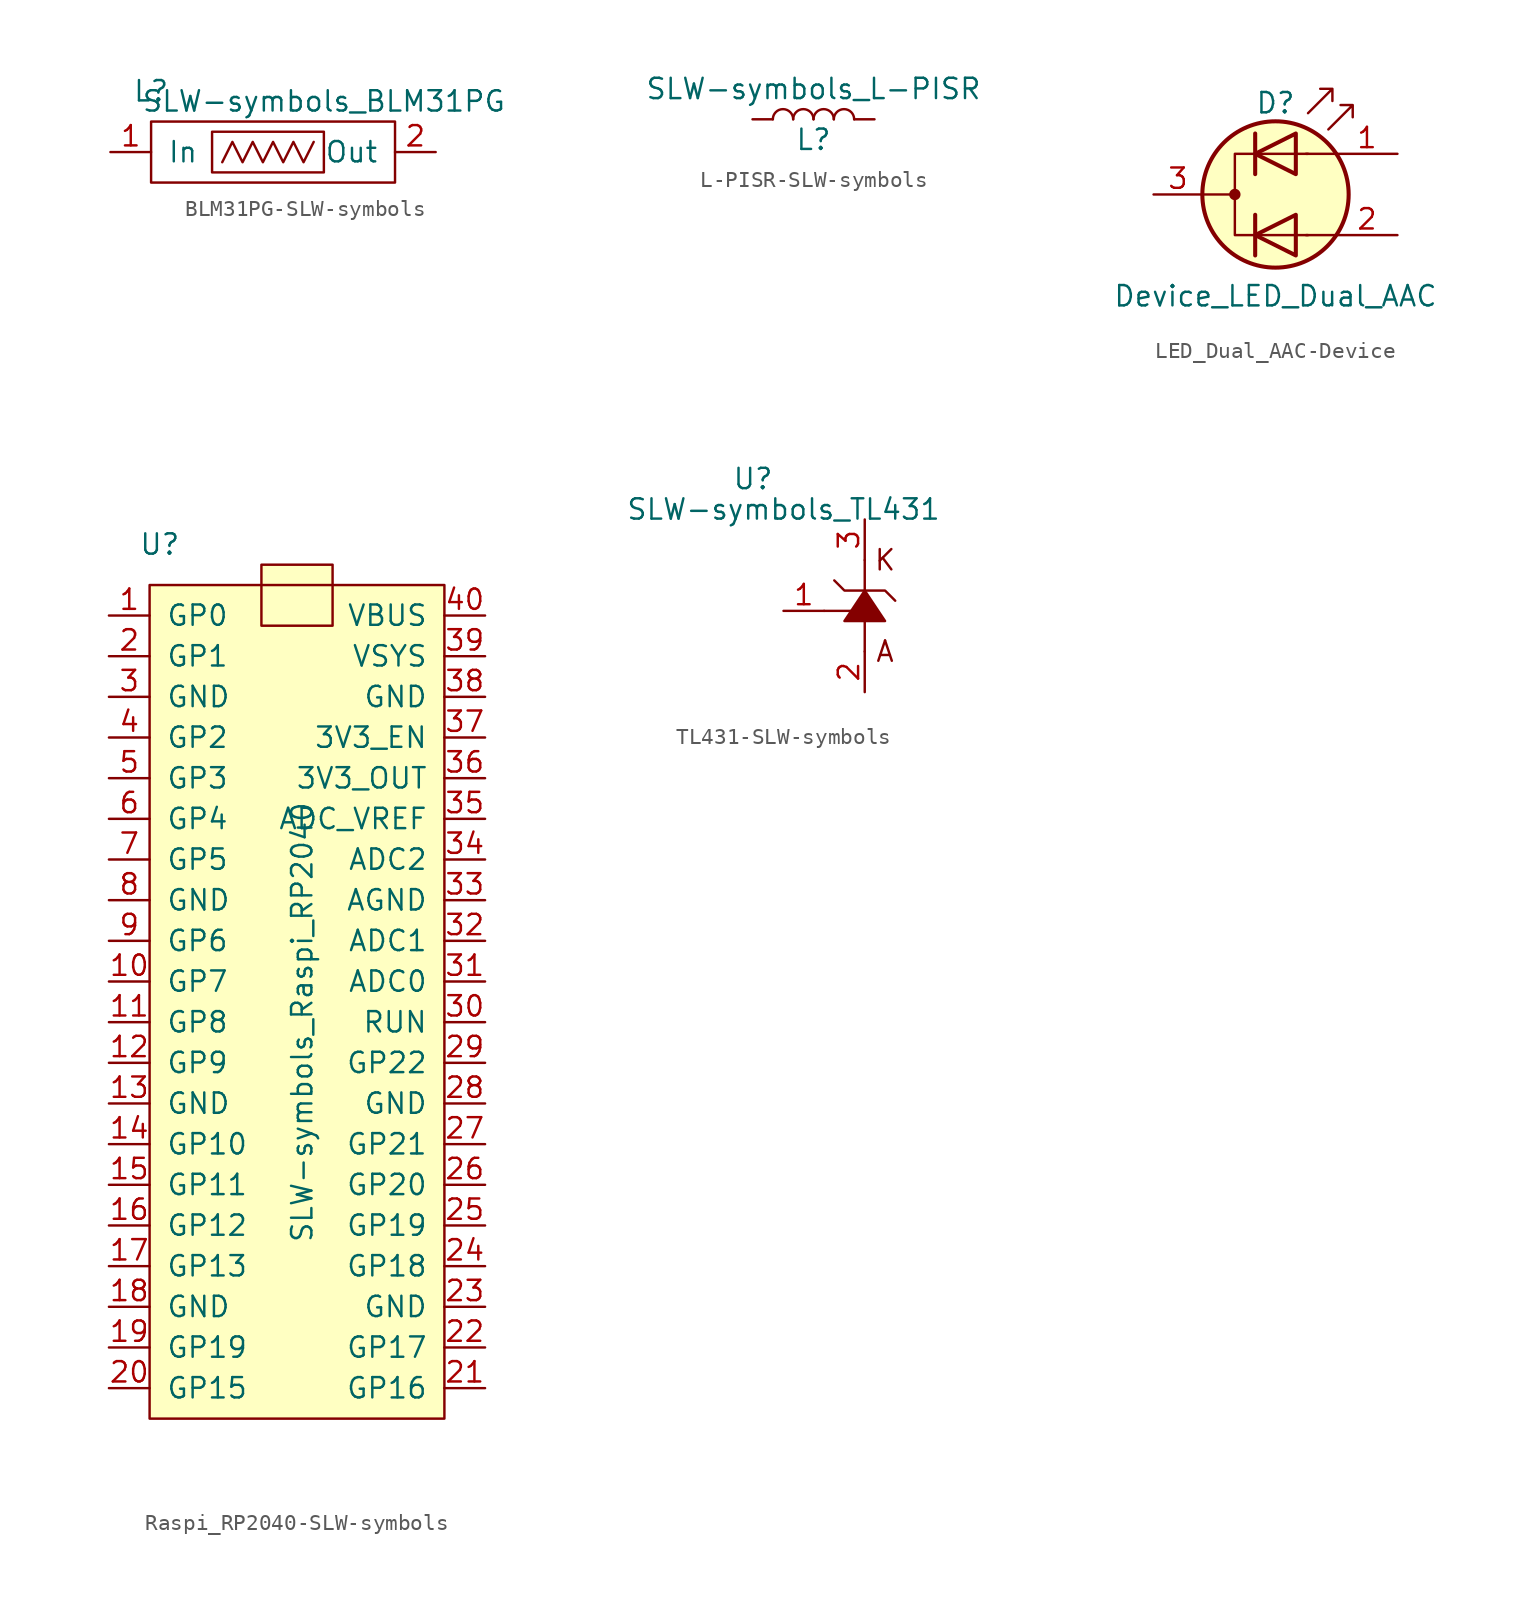
<source format=kicad_sym>
(kicad_symbol_lib
  (version 20220914)
  (generator kicad_symbol_editor)
  (symbol "BLM31PG-SLW-symbols"
    (pin_names
      (offset 1.016))
    (property "Reference" "L"
      (at -7.62 3.81 0)
      (effects (font (size 1.27 1.27))))
    (property "Value" "SLW-symbols_BLM31PG"
      (at 3.175 3.175 0)
      (effects (font (size 1.27 1.27))))
    (symbol "BLM31PG-SLW-symbols_0_0"
      (pin power_in line (at -10.16 0 0) (length 2.54) (name "In" (effects (font (size 1.27 1.27)))) (number "1" (effects (font (size 1.27 1.27)))))
      (pin power_out line (at 10.16 0 180) (length 2.54) (name "Out" (effects (font (size 1.27 1.27)))) (number "2" (effects (font (size 1.27 1.27))))))
    (symbol "BLM31PG-SLW-symbols_0_1"
      (rectangle (start -7.62 1.905) (end 7.62 -1.905) (stroke (width 0) (type solid)) (fill (type none)))
      (rectangle (start -3.81 1.27) (end 3.175 -1.27) (stroke (width 0) (type solid)) (fill (type none)))
      (polyline (pts (xy -3.175 -0.635) (xy -2.54 0.635) (xy -1.905 -0.635) (xy -1.27 0.635) (xy -0.635 -0.635) (xy 0 0.635) (xy 0.635 -0.635) (xy 1.27 0.635) (xy 1.905 -0.635) (xy 2.54 0.635)) (stroke (width 0) (type solid)) (fill (type none)))))
  (symbol "L-PISR-SLW-symbols"
    (pin_numbers hide)
    (pin_names
      (offset 1.016) hide)
    (property "Reference" "L"
      (at 0 -1.27 0)
      (effects (font (size 1.27 1.27))))
    (property "Value" "SLW-symbols_L-PISR"
      (at 0 1.905 0)
      (effects (font (size 1.27 1.27))))
    (symbol "L-PISR-SLW-symbols_0_1"
      (arc (start -1.27 0) (mid -1.905 0.6323) (end -2.54 0) (stroke (width 0) (type solid)) (fill (type none)))
      (arc (start 0 0) (mid -0.635 0.6323) (end -1.27 0) (stroke (width 0) (type solid)) (fill (type none)))
      (arc (start 1.27 0) (mid 0.635 0.6323) (end 0 0) (stroke (width 0) (type solid)) (fill (type none)))
      (arc (start 2.54 0) (mid 1.905 0.6323) (end 1.27 0) (stroke (width 0) (type solid)) (fill (type none))))
    (symbol "L-PISR-SLW-symbols_1_1"
      (pin passive line (at -3.81 0 0) (length 1.27) (name "1" (effects (font (size 1.27 1.27)))) (number "1" (effects (font (size 1.27 1.27)))))
      (pin passive line (at 3.81 0 180) (length 1.27) (name "2" (effects (font (size 1.27 1.27)))) (number "2" (effects (font (size 1.27 1.27)))))))
  (symbol "LED_Dual_AAC-Device"
    (pin_names
      (offset 0) hide)
    (property "Reference" "D"
      (at 0 5.715 0)
      (effects (font (size 1.27 1.27))))
    (property "Value" "Device_LED_Dual_AAC"
      (at 0 -6.35 0)
      (effects (font (size 1.27 1.27))))
    (symbol "LED_Dual_AAC-Device_0_1"
      (circle (center -2.54 0) (radius 0.279) (stroke (width 0) (type solid)) (fill (type outline)))
      (polyline (pts (xy -4.572 0) (xy -2.54 0)) (stroke (width 0) (type solid)) (fill (type none)))
      (polyline (pts (xy -1.27 -1.27) (xy -1.27 -3.81)) (stroke (width 0.254) (type solid)) (fill (type none)))
      (polyline (pts (xy -1.27 1.27) (xy -1.27 3.81)) (stroke (width 0.254) (type solid)) (fill (type none)))
      (polyline (pts (xy 3.81 -2.54) (xy 1.905 -2.54)) (stroke (width 0) (type solid)) (fill (type none)))
      (polyline (pts (xy 3.81 2.54) (xy 1.905 2.54)) (stroke (width 0) (type solid)) (fill (type none)))
      (polyline (pts (xy 1.27 -3.81) (xy 1.27 -1.27) (xy -1.27 -2.54) (xy 1.27 -3.81)) (stroke (width 0.254) (type solid)) (fill (type none)))
      (polyline (pts (xy 1.27 1.27) (xy 1.27 3.81) (xy -1.27 2.54) (xy 1.27 1.27)) (stroke (width 0.254) (type solid)) (fill (type none)))
      (polyline (pts (xy 2.032 2.54) (xy -2.54 2.54) (xy -2.54 -2.54) (xy 2.032 -2.54)) (stroke (width 0) (type solid)) (fill (type none)))
      (polyline (pts (xy 2.032 5.08) (xy 3.556 6.604) (xy 2.794 6.604) (xy 3.556 6.604) (xy 3.556 5.842)) (stroke (width 0) (type solid)) (fill (type none)))
      (polyline (pts (xy 3.302 4.064) (xy 4.826 5.588) (xy 4.064 5.588) (xy 4.826 5.588) (xy 4.826 4.826)) (stroke (width 0) (type solid)) (fill (type none)))
      (circle (center 0 0) (radius 4.572) (stroke (width 0.254) (type solid)) (fill (type background))))
    (symbol "LED_Dual_AAC-Device_1_1"
      (pin input line (at 7.62 2.54 180) (length 3.81) (name "A1" (effects (font (size 1.27 1.27)))) (number "1" (effects (font (size 1.27 1.27)))))
      (pin input line (at 7.62 -2.54 180) (length 3.81) (name "A2" (effects (font (size 1.27 1.27)))) (number "2" (effects (font (size 1.27 1.27)))))
      (pin input line (at -7.62 0 0) (length 3.048) (name "K" (effects (font (size 1.27 1.27)))) (number "3" (effects (font (size 1.27 1.27)))))))
  (symbol "Raspi_RP2040-SLW-symbols"
    (pin_names
      (offset 1.016))
    (property "Reference" "U"
      (at 0.635 0 0)
      (effects (font (size 1.27 1.27))))
    (property "Value" "SLW-symbols_Raspi_RP2040"
      (at 9.525 -29.845 90)
      (effects (font (size 1.27 1.27))))
    (symbol "Raspi_RP2040-SLW-symbols_0_0"
      (pin bidirectional line (at -2.54 -4.445 0) (length 2.54) (name "GP0" (effects (font (size 1.27 1.27)))) (number "1" (effects (font (size 1.27 1.27)))))
      (pin bidirectional line (at -2.54 -27.305 0) (length 2.54) (name "GP7" (effects (font (size 1.27 1.27)))) (number "10" (effects (font (size 1.27 1.27)))))
      (pin bidirectional line (at -2.54 -29.845 0) (length 2.54) (name "GP8" (effects (font (size 1.27 1.27)))) (number "11" (effects (font (size 1.27 1.27)))))
      (pin bidirectional line (at -2.54 -32.385 0) (length 2.54) (name "GP9" (effects (font (size 1.27 1.27)))) (number "12" (effects (font (size 1.27 1.27)))))
      (pin power_in line (at -2.54 -34.925 0) (length 2.54) (name "GND" (effects (font (size 1.27 1.27)))) (number "13" (effects (font (size 1.27 1.27)))))
      (pin bidirectional line (at -2.54 -37.465 0) (length 2.54) (name "GP10" (effects (font (size 1.27 1.27)))) (number "14" (effects (font (size 1.27 1.27)))))
      (pin bidirectional line (at -2.54 -40.005 0) (length 2.54) (name "GP11" (effects (font (size 1.27 1.27)))) (number "15" (effects (font (size 1.27 1.27)))))
      (pin bidirectional line (at -2.54 -42.545 0) (length 2.54) (name "GP12" (effects (font (size 1.27 1.27)))) (number "16" (effects (font (size 1.27 1.27)))))
      (pin bidirectional line (at -2.54 -45.085 0) (length 2.54) (name "GP13" (effects (font (size 1.27 1.27)))) (number "17" (effects (font (size 1.27 1.27)))))
      (pin power_in line (at -2.54 -47.625 0) (length 2.54) (name "GND" (effects (font (size 1.27 1.27)))) (number "18" (effects (font (size 1.27 1.27)))))
      (pin bidirectional line (at -2.54 -50.165 0) (length 2.54) (name "GP19" (effects (font (size 1.27 1.27)))) (number "19" (effects (font (size 1.27 1.27)))))
      (pin bidirectional line (at -2.54 -6.985 0) (length 2.54) (name "GP1" (effects (font (size 1.27 1.27)))) (number "2" (effects (font (size 1.27 1.27)))))
      (pin bidirectional line (at -2.54 -52.705 0) (length 2.54) (name "GP15" (effects (font (size 1.27 1.27)))) (number "20" (effects (font (size 1.27 1.27)))))
      (pin bidirectional line (at 20.955 -52.705 180) (length 2.54) (name "GP16" (effects (font (size 1.27 1.27)))) (number "21" (effects (font (size 1.27 1.27)))))
      (pin bidirectional line (at 20.955 -50.165 180) (length 2.54) (name "GP17" (effects (font (size 1.27 1.27)))) (number "22" (effects (font (size 1.27 1.27)))))
      (pin power_in line (at 20.955 -47.625 180) (length 2.54) (name "GND" (effects (font (size 1.27 1.27)))) (number "23" (effects (font (size 1.27 1.27)))))
      (pin bidirectional line (at 20.955 -45.085 180) (length 2.54) (name "GP18" (effects (font (size 1.27 1.27)))) (number "24" (effects (font (size 1.27 1.27)))))
      (pin bidirectional line (at 20.955 -42.545 180) (length 2.54) (name "GP19" (effects (font (size 1.27 1.27)))) (number "25" (effects (font (size 1.27 1.27)))))
      (pin bidirectional line (at 20.955 -40.005 180) (length 2.54) (name "GP20" (effects (font (size 1.27 1.27)))) (number "26" (effects (font (size 1.27 1.27)))))
      (pin bidirectional line (at 20.955 -37.465 180) (length 2.54) (name "GP21" (effects (font (size 1.27 1.27)))) (number "27" (effects (font (size 1.27 1.27)))))
      (pin power_in line (at 20.955 -34.925 180) (length 2.54) (name "GND" (effects (font (size 1.27 1.27)))) (number "28" (effects (font (size 1.27 1.27)))))
      (pin bidirectional line (at 20.955 -32.385 180) (length 2.54) (name "GP22" (effects (font (size 1.27 1.27)))) (number "29" (effects (font (size 1.27 1.27)))))
      (pin power_in line (at -2.54 -9.525 0) (length 2.54) (name "GND" (effects (font (size 1.27 1.27)))) (number "3" (effects (font (size 1.27 1.27)))))
      (pin input line (at 20.955 -29.845 180) (length 2.54) (name "RUN" (effects (font (size 1.27 1.27)))) (number "30" (effects (font (size 1.27 1.27)))))
      (pin bidirectional line (at 20.955 -27.305 180) (length 2.54) (name "ADC0" (effects (font (size 1.27 1.27)))) (number "31" (effects (font (size 1.27 1.27)))))
      (pin bidirectional line (at 20.955 -24.765 180) (length 2.54) (name "ADC1" (effects (font (size 1.27 1.27)))) (number "32" (effects (font (size 1.27 1.27)))))
      (pin power_in line (at 20.955 -22.225 180) (length 2.54) (name "AGND" (effects (font (size 1.27 1.27)))) (number "33" (effects (font (size 1.27 1.27)))))
      (pin bidirectional line (at 20.955 -19.685 180) (length 2.54) (name "ADC2" (effects (font (size 1.27 1.27)))) (number "34" (effects (font (size 1.27 1.27)))))
      (pin output line (at 20.955 -17.145 180) (length 2.54) (name "ADC_VREF" (effects (font (size 1.27 1.27)))) (number "35" (effects (font (size 1.27 1.27)))))
      (pin power_out line (at 20.955 -14.605 180) (length 2.54) (name "3V3_OUT" (effects (font (size 1.27 1.27)))) (number "36" (effects (font (size 1.27 1.27)))))
      (pin input line (at 20.955 -12.065 180) (length 2.54) (name "3V3_EN" (effects (font (size 1.27 1.27)))) (number "37" (effects (font (size 1.27 1.27)))))
      (pin power_in line (at 20.955 -9.525 180) (length 2.54) (name "GND" (effects (font (size 1.27 1.27)))) (number "38" (effects (font (size 1.27 1.27)))))
      (pin bidirectional line (at 20.955 -6.985 180) (length 2.54) (name "VSYS" (effects (font (size 1.27 1.27)))) (number "39" (effects (font (size 1.27 1.27)))))
      (pin bidirectional line (at -2.54 -12.065 0) (length 2.54) (name "GP2" (effects (font (size 1.27 1.27)))) (number "4" (effects (font (size 1.27 1.27)))))
      (pin power_in line (at 20.955 -4.445 180) (length 2.54) (name "VBUS" (effects (font (size 1.27 1.27)))) (number "40" (effects (font (size 1.27 1.27)))))
      (pin bidirectional line (at -2.54 -14.605 0) (length 2.54) (name "GP3" (effects (font (size 1.27 1.27)))) (number "5" (effects (font (size 1.27 1.27)))))
      (pin bidirectional line (at -2.54 -17.145 0) (length 2.54) (name "GP4" (effects (font (size 1.27 1.27)))) (number "6" (effects (font (size 1.27 1.27)))))
      (pin bidirectional line (at -2.54 -19.685 0) (length 2.54) (name "GP5" (effects (font (size 1.27 1.27)))) (number "7" (effects (font (size 1.27 1.27)))))
      (pin power_in line (at -2.54 -22.225 0) (length 2.54) (name "GND" (effects (font (size 1.27 1.27)))) (number "8" (effects (font (size 1.27 1.27)))))
      (pin bidirectional line (at -2.54 -24.765 0) (length 2.54) (name "GP6" (effects (font (size 1.27 1.27)))) (number "9" (effects (font (size 1.27 1.27))))))
    (symbol "Raspi_RP2040-SLW-symbols_0_1"
      (rectangle (start 0 -2.54) (end 18.415 -54.61) (stroke (width 0) (type solid)) (fill (type background)))
      (rectangle (start 6.985 -1.27) (end 11.43 -5.08) (stroke (width 0) (type solid)) (fill (type background)))))
  (symbol "TL431-SLW-symbols"
    (pin_names
      (offset 1.016))
    (property "Reference" "U"
      (at -6.985 8.89 0)
      (effects (font (size 1.27 1.27))))
    (property "Value" "SLW-symbols_TL431"
      (at -5.08 6.985 0)
      (effects (font (size 1.27 1.27))))
    (symbol "TL431-SLW-symbols_0_0"
      (text "A" (at 1.27 -1.905 0) (effects (font (size 1.27 1.27))))
      (text "K" (at 1.27 3.81 0) (effects (font (size 1.27 1.27)))))
    (symbol "TL431-SLW-symbols_0_1"
      (polyline (pts (xy -0.635 0.635) (xy -2.54 0.635)) (stroke (width 0) (type solid)) (fill (type none)))
      (polyline (pts (xy 0 0) (xy 0 -1.905)) (stroke (width 0) (type solid)) (fill (type none)))
      (polyline (pts (xy 0 1.905) (xy 0 3.81)) (stroke (width 0) (type solid)) (fill (type none)))
      (polyline (pts (xy -1.27 0) (xy 1.27 0) (xy 0 1.905) (xy -1.27 0)) (stroke (width 0) (type solid)) (fill (type outline)))
      (polyline (pts (xy -1.905 2.54) (xy -1.27 1.905) (xy 0 1.905) (xy 1.27 1.905) (xy 1.905 1.27)) (stroke (width 0) (type solid)) (fill (type none))))
    (symbol "TL431-SLW-symbols_1_1"
      (pin bidirectional line (at -5.08 0.635 0) (length 2.54) (name "R" (effects (font (size 0 0)))) (number "1" (effects (font (size 1.27 1.27)))))
      (pin bidirectional line (at 0 -4.445 90) (length 2.54) (name "A" (effects (font (size 0 0)))) (number "2" (effects (font (size 1.27 1.27)))))
      (pin bidirectional line (at 0 6.35 270) (length 2.54) (name "K" (effects (font (size 0 0)))) (number "3" (effects (font (size 1.27 1.27))))))))
</source>
